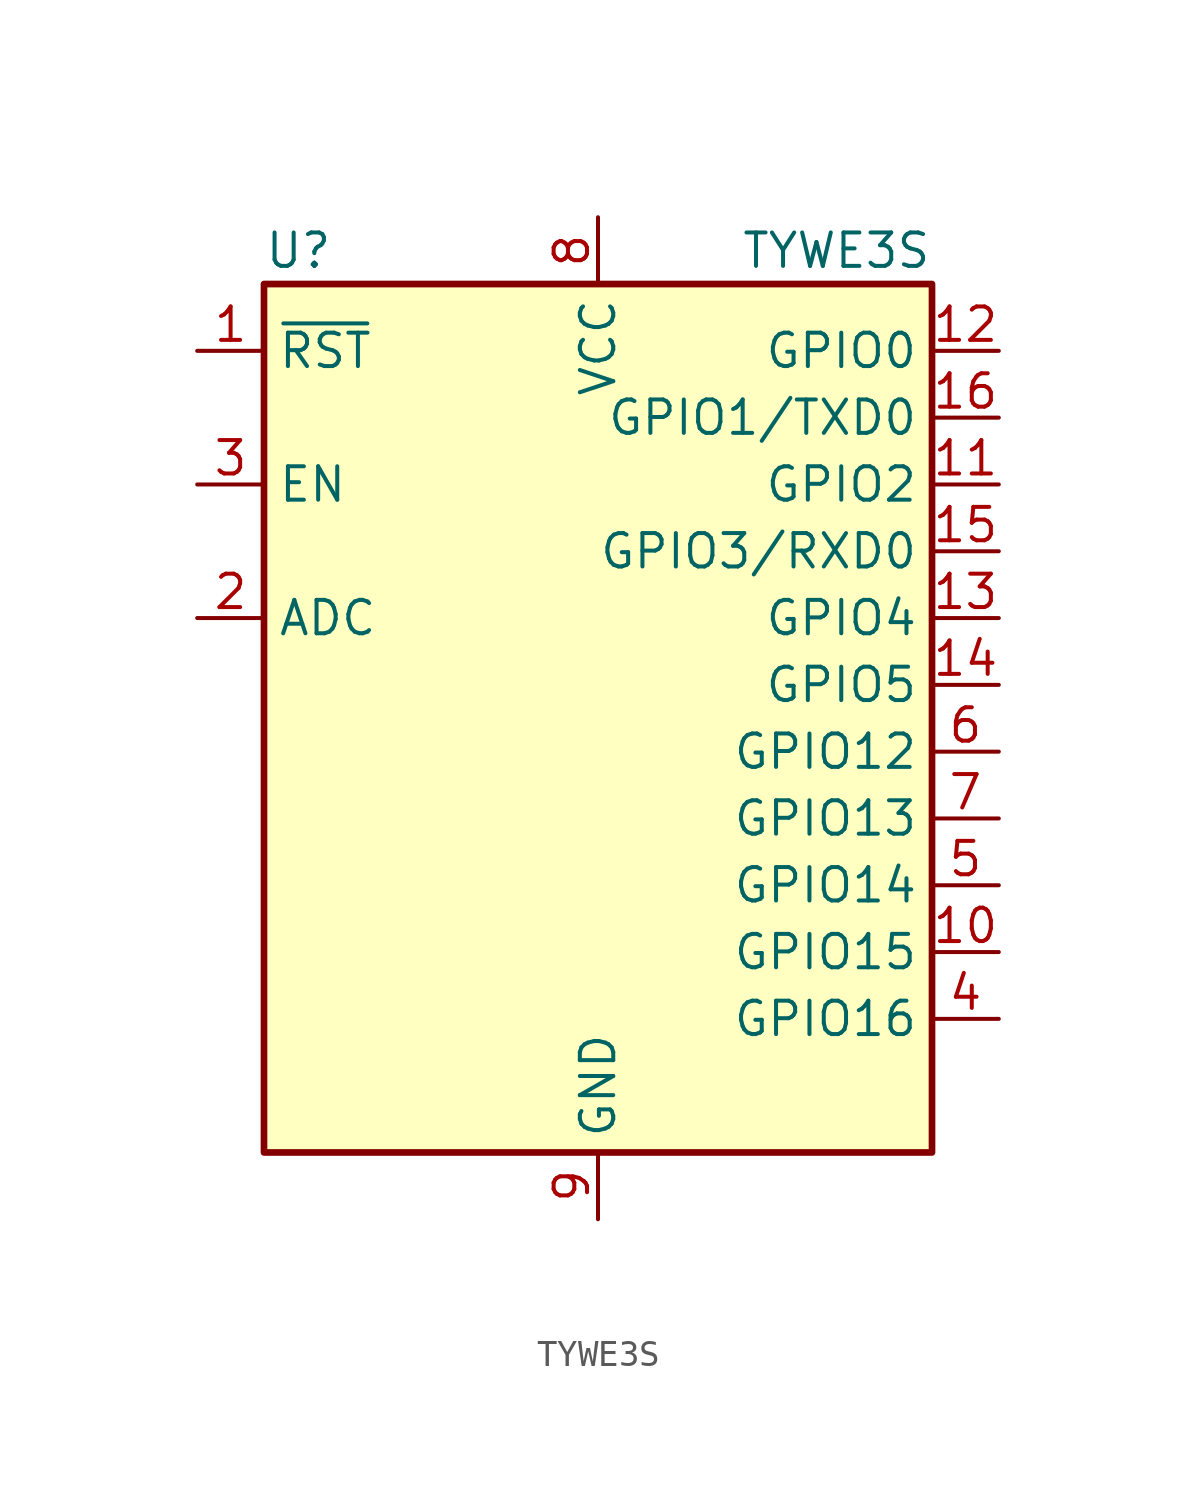
<source format=kicad_sym>
(kicad_symbol_lib
  (version 20231120)
  (generator "kicad_symbol_editor")
  (generator_version "8.0")
  (symbol "TYWE3S"
    (property "Reference" "U"
      (at -12.7 19.05 0)
      (effects (font (size 1.27 1.27)) (justify left)))
    (property "Value" "TYWE3S"
      (at 12.7 19.05 0)
      (effects (font (size 1.27 1.27)) (justify right)))
    (symbol "TYWE3S_0_1"
      (rectangle (start -12.7 17.78) (end 12.7 -15.24) (stroke (width 0.254) (type default)) (fill (type background))))
    (symbol "TYWE3S_1_1"
      (pin input line (at -15.24 15.24 0) (length 2.54) (name "~{RST}" (effects (font (size 1.27 1.27)))) (number "1" (effects (font (size 1.27 1.27)))))
      (pin bidirectional line (at 15.24 -7.62 180) (length 2.54) (name "GPIO15" (effects (font (size 1.27 1.27)))) (number "10" (effects (font (size 1.27 1.27)))))
      (pin bidirectional line (at 15.24 10.16 180) (length 2.54) (name "GPIO2" (effects (font (size 1.27 1.27)))) (number "11" (effects (font (size 1.27 1.27)))))
      (pin bidirectional line (at 15.24 15.24 180) (length 2.54) (name "GPIO0" (effects (font (size 1.27 1.27)))) (number "12" (effects (font (size 1.27 1.27)))))
      (pin bidirectional line (at 15.24 5.08 180) (length 2.54) (name "GPIO4" (effects (font (size 1.27 1.27)))) (number "13" (effects (font (size 1.27 1.27)))))
      (pin bidirectional line (at 15.24 2.54 180) (length 2.54) (name "GPIO5" (effects (font (size 1.27 1.27)))) (number "14" (effects (font (size 1.27 1.27)))))
      (pin bidirectional line (at 15.24 7.62 180) (length 2.54) (name "GPIO3/RXD0" (effects (font (size 1.27 1.27)))) (number "15" (effects (font (size 1.27 1.27)))))
      (pin bidirectional line (at 15.24 12.7 180) (length 2.54) (name "GPIO1/TXD0" (effects (font (size 1.27 1.27)))) (number "16" (effects (font (size 1.27 1.27)))))
      (pin input line (at -15.24 5.08 0) (length 2.54) (name "ADC" (effects (font (size 1.27 1.27)))) (number "2" (effects (font (size 1.27 1.27)))))
      (pin input line (at -15.24 10.16 0) (length 2.54) (name "EN" (effects (font (size 1.27 1.27)))) (number "3" (effects (font (size 1.27 1.27)))))
      (pin bidirectional line (at 15.24 -10.16 180) (length 2.54) (name "GPIO16" (effects (font (size 1.27 1.27)))) (number "4" (effects (font (size 1.27 1.27)))))
      (pin bidirectional line (at 15.24 -5.08 180) (length 2.54) (name "GPIO14" (effects (font (size 1.27 1.27)))) (number "5" (effects (font (size 1.27 1.27)))))
      (pin bidirectional line (at 15.24 0 180) (length 2.54) (name "GPIO12" (effects (font (size 1.27 1.27)))) (number "6" (effects (font (size 1.27 1.27)))))
      (pin bidirectional line (at 15.24 -2.54 180) (length 2.54) (name "GPIO13" (effects (font (size 1.27 1.27)))) (number "7" (effects (font (size 1.27 1.27)))))
      (pin power_in line (at 0 20.32 270) (length 2.54) (name "VCC" (effects (font (size 1.27 1.27)))) (number "8" (effects (font (size 1.27 1.27)))))
      (pin power_in line (at 0 -17.78 90) (length 2.54) (name "GND" (effects (font (size 1.27 1.27)))) (number "9" (effects (font (size 1.27 1.27))))))))
</source>
